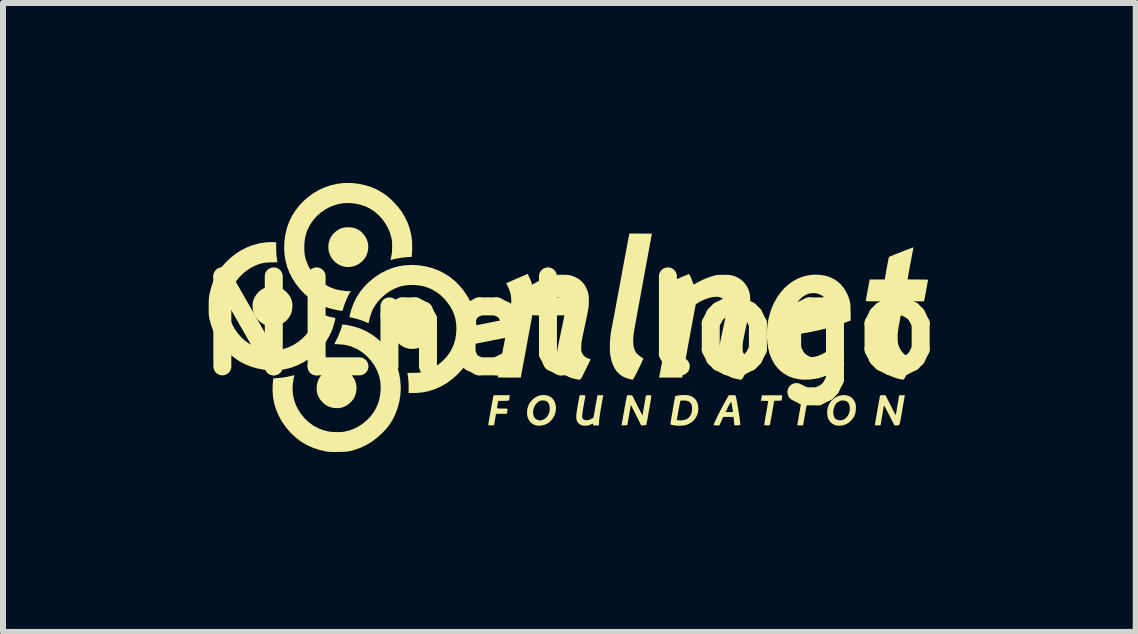
<source format=kicad_pcb>
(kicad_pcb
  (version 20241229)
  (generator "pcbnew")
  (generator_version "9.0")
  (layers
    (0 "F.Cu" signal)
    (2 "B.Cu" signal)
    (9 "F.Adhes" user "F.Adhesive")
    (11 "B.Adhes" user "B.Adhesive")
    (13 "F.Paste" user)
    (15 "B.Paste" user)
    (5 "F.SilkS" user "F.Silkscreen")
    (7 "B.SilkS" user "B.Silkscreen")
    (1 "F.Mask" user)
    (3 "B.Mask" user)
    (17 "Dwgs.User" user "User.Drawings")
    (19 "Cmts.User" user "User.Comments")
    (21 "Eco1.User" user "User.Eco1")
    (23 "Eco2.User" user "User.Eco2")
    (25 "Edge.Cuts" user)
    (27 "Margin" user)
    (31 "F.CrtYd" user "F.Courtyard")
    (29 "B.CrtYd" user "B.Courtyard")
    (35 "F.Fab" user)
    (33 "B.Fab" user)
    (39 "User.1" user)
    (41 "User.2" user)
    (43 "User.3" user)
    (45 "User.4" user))
  (footprint "NLnet logo"
    (layer "F.Cu")
    (at 6.443 2.38)
    (property "Reference" "NLnet logo" (at 0 0 0) (layer "F.SilkS") (effects (font (size 1.5 1.5) (thickness 0.3))))
    (attr exclude_from_pos_files exclude_from_bom)
    (fp_poly (pts (xy -2.559 -0.273) (xy -2.502 -0.258) (xy -2.451 -0.234) (xy -2.403 -0.199) (xy -2.379 -0.175) (xy -2.339 -0.126) (xy -2.31 -0.075) (xy -2.292 -0.02) (xy -2.284 0.037) (xy -2.284 0.052) (xy -2.29 0.116) (xy -2.306 0.175) (xy -2.333 0.229) (xy -2.369 0.277) (xy -2.416 0.319) (xy -2.433 0.331) (xy -2.489 0.362) (xy -2.547 0.381) (xy -2.607 0.388) (xy -2.669 0.385) (xy -2.729 0.37) (xy -2.784 0.344) (xy -2.833 0.31) (xy -2.876 0.266) (xy -2.911 0.215) (xy -2.917 0.203) (xy -2.939 0.148) (xy -2.95 0.09) (xy -2.95 0.032) (xy -2.941 -0.026) (xy -2.922 -0.081) (xy -2.894 -0.132) (xy -2.857 -0.176) (xy -2.808 -0.217) (xy -2.759 -0.248) (xy -2.706 -0.267) (xy -2.65 -0.276) (xy -2.622 -0.277)) (stroke (width 0) (type solid)) (fill yes) (layer "F.SilkS"))
    (fp_poly (pts (xy -3.644 -1.64) (xy -3.587 -1.629) (xy -3.535 -1.609) (xy -3.488 -1.58) (xy -3.445 -1.54) (xy -3.405 -1.489) (xy -3.376 -1.435) (xy -3.359 -1.378) (xy -3.352 -1.319) (xy -3.357 -1.258) (xy -3.371 -1.203) (xy -3.391 -1.156) (xy -3.417 -1.114) (xy -3.451 -1.076) (xy -3.499 -1.037) (xy -3.552 -1.007) (xy -3.609 -0.987) (xy -3.667 -0.978) (xy -3.726 -0.979) (xy -3.738 -0.981) (xy -3.796 -0.995) (xy -3.849 -1.02) (xy -3.897 -1.053) (xy -3.939 -1.094) (xy -3.973 -1.142) (xy -3.998 -1.194) (xy -4.014 -1.251) (xy -4.019 -1.307) (xy -4.014 -1.371) (xy -3.999 -1.43) (xy -3.973 -1.483) (xy -3.938 -1.531) (xy -3.891 -1.573) (xy -3.885 -1.578) (xy -3.844 -1.605) (xy -3.805 -1.624) (xy -3.763 -1.635) (xy -3.715 -1.641) (xy -3.708 -1.641)) (stroke (width 0) (type solid)) (fill yes) (layer "F.SilkS"))
    (fp_poly (pts (xy 3.958 1.159) (xy 3.972 1.16) (xy 3.979 1.163) (xy 3.981 1.168) (xy 3.981 1.169) (xy 3.98 1.177) (xy 3.978 1.195) (xy 3.973 1.222) (xy 3.967 1.257) (xy 3.96 1.298) (xy 3.952 1.345) (xy 3.943 1.395) (xy 3.939 1.421) (xy 3.897 1.663) (xy 3.848 1.663) (xy 3.826 1.662) (xy 3.809 1.661) (xy 3.8 1.659) (xy 3.799 1.659) (xy 3.8 1.652) (xy 3.803 1.636) (xy 3.808 1.611) (xy 3.813 1.578) (xy 3.82 1.541) (xy 3.827 1.499) (xy 3.835 1.454) (xy 3.843 1.408) (xy 3.851 1.362) (xy 3.859 1.319) (xy 3.866 1.278) (xy 3.873 1.242) (xy 3.878 1.212) (xy 3.882 1.19) (xy 3.885 1.177) (xy 3.885 1.175) (xy 3.887 1.167) (xy 3.891 1.162) (xy 3.899 1.16) (xy 3.915 1.159) (xy 3.935 1.159)) (stroke (width 0) (type solid)) (fill yes) (layer "F.SilkS"))
    (fp_poly (pts (xy -4.91 -0.655) (xy -4.852 -0.643) (xy -4.798 -0.621) (xy -4.747 -0.588) (xy -4.716 -0.559) (xy -4.675 -0.513) (xy -4.646 -0.466) (xy -4.627 -0.416) (xy -4.618 -0.361) (xy -4.618 -0.307) (xy -4.626 -0.245) (xy -4.644 -0.19) (xy -4.671 -0.14) (xy -4.71 -0.094) (xy -4.725 -0.079) (xy -4.775 -0.041) (xy -4.83 -0.013) (xy -4.888 0.003) (xy -4.948 0.009) (xy -5.01 0.004) (xy -5.038 -0.002) (xy -5.092 -0.022) (xy -5.141 -0.052) (xy -5.186 -0.091) (xy -5.224 -0.137) (xy -5.254 -0.189) (xy -5.268 -0.223) (xy -5.276 -0.257) (xy -5.281 -0.297) (xy -5.282 -0.339) (xy -5.279 -0.379) (xy -5.273 -0.412) (xy -5.272 -0.416) (xy -5.247 -0.475) (xy -5.214 -0.527) (xy -5.173 -0.572) (xy -5.133 -0.601) (xy -5.087 -0.628) (xy -5.043 -0.645) (xy -4.996 -0.655) (xy -4.974 -0.656)) (stroke (width 0) (type solid)) (fill yes) (layer "F.SilkS"))
    (fp_poly (pts (xy -3.847 0.71) (xy -3.787 0.722) (xy -3.729 0.744) (xy -3.706 0.756) (xy -3.667 0.785) (xy -3.63 0.823) (xy -3.598 0.868) (xy -3.572 0.917) (xy -3.559 0.955) (xy -3.55 1.005) (xy -3.549 1.06) (xy -3.557 1.115) (xy -3.573 1.169) (xy -3.593 1.211) (xy -3.622 1.252) (xy -3.66 1.291) (xy -3.705 1.324) (xy -3.753 1.35) (xy -3.799 1.367) (xy -3.837 1.373) (xy -3.881 1.375) (xy -3.926 1.372) (xy -3.96 1.366) (xy -4.014 1.349) (xy -4.064 1.321) (xy -4.11 1.284) (xy -4.149 1.239) (xy -4.181 1.188) (xy -4.201 1.141) (xy -4.212 1.094) (xy -4.214 1.041) (xy -4.209 0.988) (xy -4.197 0.935) (xy -4.178 0.887) (xy -4.165 0.866) (xy -4.14 0.833) (xy -4.108 0.8) (xy -4.071 0.77) (xy -4.035 0.746) (xy -4.023 0.74) (xy -3.967 0.719) (xy -3.907 0.709)) (stroke (width 0) (type solid)) (fill yes) (layer "F.SilkS"))
    (fp_poly (pts (xy 3.49 1.16) (xy 3.517 1.16) (xy 3.536 1.16) (xy 3.545 1.161) (xy 3.545 1.161) (xy 3.548 1.166) (xy 3.548 1.18) (xy 3.545 1.203) (xy 3.545 1.206) (xy 3.538 1.249) (xy 3.477 1.251) (xy 3.415 1.253) (xy 3.381 1.45) (xy 3.373 1.497) (xy 3.365 1.541) (xy 3.358 1.579) (xy 3.352 1.611) (xy 3.348 1.635) (xy 3.345 1.651) (xy 3.344 1.655) (xy 3.337 1.66) (xy 3.32 1.662) (xy 3.295 1.663) (xy 3.271 1.662) (xy 3.258 1.661) (xy 3.251 1.658) (xy 3.249 1.654) (xy 3.249 1.652) (xy 3.25 1.644) (xy 3.253 1.626) (xy 3.257 1.599) (xy 3.263 1.565) (xy 3.269 1.525) (xy 3.277 1.481) (xy 3.283 1.449) (xy 3.316 1.255) (xy 3.256 1.254) (xy 3.195 1.252) (xy 3.199 1.227) (xy 3.202 1.206) (xy 3.206 1.185) (xy 3.207 1.182) (xy 3.211 1.162) (xy 3.375 1.16) (xy 3.418 1.16) (xy 3.457 1.16)) (stroke (width 0) (type solid)) (fill yes) (layer "F.SilkS"))
    (fp_poly (pts (xy -0.997 1.192) (xy -0.999 1.215) (xy -1.002 1.231) (xy -1.006 1.242) (xy -1.014 1.248) (xy -1.027 1.251) (xy -1.047 1.253) (xy -1.077 1.253) (xy -1.096 1.254) (xy -1.185 1.255) (xy -1.195 1.308) (xy -1.2 1.336) (xy -1.204 1.356) (xy -1.204 1.369) (xy -1.198 1.377) (xy -1.186 1.38) (xy -1.166 1.382) (xy -1.137 1.381) (xy -1.118 1.381) (xy -1.083 1.381) (xy -1.058 1.382) (xy -1.042 1.384) (xy -1.033 1.388) (xy -1.03 1.396) (xy -1.031 1.409) (xy -1.035 1.427) (xy -1.036 1.436) (xy -1.043 1.469) (xy -1.223 1.469) (xy -1.226 1.488) (xy -1.229 1.501) (xy -1.232 1.523) (xy -1.237 1.55) (xy -1.242 1.58) (xy -1.243 1.584) (xy -1.256 1.66) (xy -1.304 1.661) (xy -1.328 1.662) (xy -1.342 1.661) (xy -1.35 1.659) (xy -1.352 1.655) (xy -1.352 1.653) (xy -1.351 1.645) (xy -1.348 1.627) (xy -1.344 1.601) (xy -1.338 1.568) (xy -1.331 1.529) (xy -1.324 1.486) (xy -1.316 1.441) (xy -1.308 1.395) (xy -1.3 1.349) (xy -1.292 1.305) (xy -1.285 1.265) (xy -1.278 1.23) (xy -1.273 1.201) (xy -1.269 1.181) (xy -1.267 1.17) (xy -1.266 1.169) (xy -1.265 1.166) (xy -1.26 1.163) (xy -1.252 1.161) (xy -1.239 1.16) (xy -1.219 1.159) (xy -1.192 1.159) (xy -1.154 1.159) (xy -1.128 1.159) (xy -0.993 1.159)) (stroke (width 0) (type solid)) (fill yes) (layer "F.SilkS"))
    (fp_poly (pts (xy -0.392 1.159) (xy -0.345 1.172) (xy -0.305 1.193) (xy -0.273 1.224) (xy -0.248 1.263) (xy -0.231 1.311) (xy -0.225 1.343) (xy -0.224 1.396) (xy -0.233 1.449) (xy -0.251 1.501) (xy -0.278 1.549) (xy -0.314 1.591) (xy -0.356 1.625) (xy -0.36 1.627) (xy -0.4 1.648) (xy -0.444 1.661) (xy -0.49 1.668) (xy -0.534 1.667) (xy -0.564 1.66) (xy -0.609 1.641) (xy -0.646 1.612) (xy -0.674 1.576) (xy -0.694 1.533) (xy -0.705 1.482) (xy -0.706 1.464) (xy -0.706 1.456) (xy -0.605 1.456) (xy -0.604 1.472) (xy -0.594 1.51) (xy -0.576 1.54) (xy -0.549 1.562) (xy -0.514 1.576) (xy -0.496 1.58) (xy -0.488 1.579) (xy -0.473 1.577) (xy -0.462 1.575) (xy -0.424 1.562) (xy -0.392 1.539) (xy -0.365 1.508) (xy -0.344 1.47) (xy -0.331 1.426) (xy -0.327 1.378) (xy -0.327 1.376) (xy -0.331 1.338) (xy -0.342 1.304) (xy -0.36 1.277) (xy -0.374 1.264) (xy -0.397 1.253) (xy -0.427 1.247) (xy -0.459 1.247) (xy -0.489 1.253) (xy -0.493 1.255) (xy -0.525 1.273) (xy -0.552 1.3) (xy -0.575 1.334) (xy -0.593 1.373) (xy -0.603 1.414) (xy -0.605 1.456) (xy -0.706 1.456) (xy -0.704 1.408) (xy -0.692 1.355) (xy -0.672 1.306) (xy -0.643 1.263) (xy -0.608 1.225) (xy -0.568 1.195) (xy -0.522 1.172) (xy -0.473 1.159) (xy -0.421 1.156)) (stroke (width 0) (type solid)) (fill yes) (layer "F.SilkS"))
    (fp_poly (pts (xy 1.355 1.16) (xy 1.364 1.161) (xy 1.365 1.165) (xy 1.365 1.178) (xy 1.363 1.198) (xy 1.358 1.228) (xy 1.352 1.267) (xy 1.344 1.317) (xy 1.334 1.377) (xy 1.328 1.408) (xy 1.319 1.46) (xy 1.311 1.508) (xy 1.303 1.552) (xy 1.296 1.589) (xy 1.29 1.62) (xy 1.286 1.641) (xy 1.283 1.653) (xy 1.283 1.655) (xy 1.276 1.657) (xy 1.26 1.659) (xy 1.24 1.661) (xy 1.239 1.661) (xy 1.198 1.664) (xy 1.112 1.492) (xy 1.025 1.32) (xy 1.012 1.399) (xy 1.005 1.435) (xy 0.998 1.478) (xy 0.99 1.523) (xy 0.983 1.564) (xy 0.982 1.569) (xy 0.966 1.66) (xy 0.917 1.661) (xy 0.868 1.663) (xy 0.872 1.647) (xy 0.873 1.638) (xy 0.877 1.618) (xy 0.882 1.59) (xy 0.889 1.554) (xy 0.896 1.512) (xy 0.904 1.465) (xy 0.914 1.415) (xy 0.916 1.399) (xy 0.925 1.348) (xy 0.934 1.301) (xy 0.942 1.259) (xy 0.949 1.223) (xy 0.955 1.194) (xy 0.959 1.174) (xy 0.962 1.164) (xy 0.962 1.163) (xy 0.97 1.161) (xy 0.986 1.16) (xy 1.007 1.16) (xy 1.007 1.16) (xy 1.048 1.162) (xy 1.134 1.332) (xy 1.22 1.501) (xy 1.224 1.472) (xy 1.226 1.458) (xy 1.23 1.435) (xy 1.235 1.403) (xy 1.241 1.367) (xy 1.248 1.327) (xy 1.252 1.302) (xy 1.277 1.162) (xy 1.317 1.16) (xy 1.338 1.159)) (stroke (width 0) (type solid)) (fill yes) (layer "F.SilkS"))
    (fp_poly (pts (xy 2.737 1.159) (xy 2.756 1.161) (xy 2.768 1.163) (xy 2.77 1.164) (xy 2.774 1.174) (xy 2.779 1.194) (xy 2.785 1.223) (xy 2.792 1.258) (xy 2.8 1.299) (xy 2.808 1.344) (xy 2.815 1.39) (xy 2.823 1.437) (xy 2.83 1.483) (xy 2.836 1.527) (xy 2.842 1.566) (xy 2.845 1.599) (xy 2.847 1.613) (xy 2.851 1.655) (xy 2.832 1.659) (xy 2.815 1.661) (xy 2.793 1.662) (xy 2.783 1.663) (xy 2.752 1.663) (xy 2.748 1.629) (xy 2.746 1.603) (xy 2.743 1.574) (xy 2.741 1.559) (xy 2.737 1.522) (xy 2.565 1.522) (xy 2.502 1.663) (xy 2.453 1.663) (xy 2.431 1.662) (xy 2.414 1.66) (xy 2.405 1.658) (xy 2.405 1.657) (xy 2.407 1.648) (xy 2.414 1.629) (xy 2.426 1.603) (xy 2.44 1.571) (xy 2.458 1.534) (xy 2.477 1.493) (xy 2.491 1.466) (xy 2.504 1.44) (xy 2.604 1.44) (xy 2.728 1.44) (xy 2.724 1.415) (xy 2.717 1.367) (xy 2.71 1.329) (xy 2.705 1.302) (xy 2.701 1.284) (xy 2.699 1.275) (xy 2.698 1.274) (xy 2.693 1.276) (xy 2.683 1.289) (xy 2.669 1.313) (xy 2.651 1.346) (xy 2.629 1.39) (xy 2.628 1.392) (xy 2.604 1.44) (xy 2.504 1.44) (xy 2.509 1.43) (xy 2.528 1.394) (xy 2.547 1.358) (xy 2.568 1.319) (xy 2.592 1.275) (xy 2.621 1.224) (xy 2.639 1.192) (xy 2.658 1.159) (xy 2.712 1.159)) (stroke (width 0) (type solid)) (fill yes) (layer "F.SilkS"))
    (fp_poly (pts (xy 4.624 1.162) (xy 4.668 1.176) (xy 4.706 1.199) (xy 4.736 1.231) (xy 4.758 1.267) (xy 4.766 1.286) (xy 4.772 1.303) (xy 4.775 1.322) (xy 4.777 1.348) (xy 4.777 1.361) (xy 4.775 1.42) (xy 4.765 1.472) (xy 4.744 1.519) (xy 4.714 1.563) (xy 4.697 1.582) (xy 4.654 1.62) (xy 4.606 1.647) (xy 4.555 1.663) (xy 4.501 1.668) (xy 4.5 1.668) (xy 4.474 1.666) (xy 4.448 1.662) (xy 4.431 1.658) (xy 4.388 1.637) (xy 4.353 1.608) (xy 4.326 1.571) (xy 4.308 1.526) (xy 4.299 1.475) (xy 4.298 1.46) (xy 4.4 1.46) (xy 4.406 1.498) (xy 4.419 1.53) (xy 4.437 1.553) (xy 4.461 1.567) (xy 4.491 1.575) (xy 4.524 1.577) (xy 4.557 1.571) (xy 4.579 1.563) (xy 4.605 1.545) (xy 4.63 1.519) (xy 4.65 1.488) (xy 4.661 1.466) (xy 4.671 1.431) (xy 4.676 1.393) (xy 4.675 1.355) (xy 4.669 1.322) (xy 4.663 1.305) (xy 4.643 1.277) (xy 4.617 1.258) (xy 4.584 1.248) (xy 4.562 1.247) (xy 4.537 1.248) (xy 4.517 1.252) (xy 4.498 1.261) (xy 4.494 1.264) (xy 4.467 1.281) (xy 4.447 1.3) (xy 4.431 1.325) (xy 4.425 1.337) (xy 4.409 1.378) (xy 4.401 1.42) (xy 4.4 1.46) (xy 4.298 1.46) (xy 4.298 1.449) (xy 4.303 1.391) (xy 4.318 1.338) (xy 4.341 1.289) (xy 4.373 1.247) (xy 4.412 1.211) (xy 4.456 1.184) (xy 4.505 1.166) (xy 4.559 1.158) (xy 4.573 1.157)) (stroke (width 0) (type solid)) (fill yes) (layer "F.SilkS"))
    (fp_poly (pts (xy 1.971 1.159) (xy 2.011 1.168) (xy 2.039 1.179) (xy 2.078 1.205) (xy 2.109 1.238) (xy 2.132 1.279) (xy 2.146 1.328) (xy 2.147 1.337) (xy 2.151 1.396) (xy 2.143 1.451) (xy 2.125 1.503) (xy 2.098 1.55) (xy 2.062 1.59) (xy 2.018 1.624) (xy 1.966 1.649) (xy 1.933 1.659) (xy 1.91 1.663) (xy 1.879 1.666) (xy 1.844 1.668) (xy 1.808 1.668) (xy 1.776 1.666) (xy 1.763 1.664) (xy 1.727 1.659) (xy 1.702 1.653) (xy 1.687 1.646) (xy 1.684 1.64) (xy 1.685 1.633) (xy 1.687 1.615) (xy 1.692 1.589) (xy 1.695 1.572) (xy 1.791 1.572) (xy 1.812 1.575) (xy 1.844 1.579) (xy 1.872 1.579) (xy 1.904 1.574) (xy 1.927 1.569) (xy 1.949 1.561) (xy 1.96 1.557) (xy 1.989 1.536) (xy 2.013 1.505) (xy 2.032 1.468) (xy 2.043 1.425) (xy 2.047 1.38) (xy 2.043 1.337) (xy 2.03 1.303) (xy 2.009 1.277) (xy 1.98 1.259) (xy 1.962 1.253) (xy 1.944 1.25) (xy 1.922 1.248) (xy 1.898 1.247) (xy 1.876 1.247) (xy 1.859 1.249) (xy 1.851 1.252) (xy 1.851 1.253) (xy 1.849 1.26) (xy 1.845 1.277) (xy 1.84 1.303) (xy 1.834 1.335) (xy 1.827 1.373) (xy 1.819 1.414) (xy 1.819 1.415) (xy 1.791 1.572) (xy 1.695 1.572) (xy 1.697 1.557) (xy 1.704 1.518) (xy 1.711 1.477) (xy 1.719 1.432) (xy 1.726 1.387) (xy 1.734 1.343) (xy 1.741 1.302) (xy 1.748 1.264) (xy 1.754 1.231) (xy 1.759 1.206) (xy 1.762 1.189) (xy 1.763 1.184) (xy 1.766 1.177) (xy 1.774 1.172) (xy 1.79 1.168) (xy 1.805 1.165) (xy 1.869 1.158) (xy 1.924 1.156)) (stroke (width 0) (type solid)) (fill yes) (layer "F.SilkS"))
    (fp_poly (pts (xy 5.357 1.33) (xy 5.381 1.377) (xy 5.4 1.415) (xy 5.415 1.444) (xy 5.427 1.465) (xy 5.435 1.479) (xy 5.44 1.486) (xy 5.444 1.487) (xy 5.445 1.484) (xy 5.446 1.474) (xy 5.449 1.454) (xy 5.454 1.427) (xy 5.459 1.395) (xy 5.465 1.358) (xy 5.471 1.321) (xy 5.478 1.283) (xy 5.484 1.248) (xy 5.489 1.217) (xy 5.493 1.193) (xy 5.496 1.177) (xy 5.497 1.175) (xy 5.499 1.167) (xy 5.503 1.162) (xy 5.511 1.16) (xy 5.526 1.159) (xy 5.547 1.159) (xy 5.594 1.159) (xy 5.591 1.175) (xy 5.589 1.184) (xy 5.586 1.203) (xy 5.581 1.232) (xy 5.575 1.267) (xy 5.567 1.309) (xy 5.559 1.356) (xy 5.55 1.407) (xy 5.548 1.422) (xy 5.538 1.481) (xy 5.529 1.529) (xy 5.522 1.568) (xy 5.516 1.599) (xy 5.51 1.622) (xy 5.505 1.639) (xy 5.499 1.651) (xy 5.493 1.658) (xy 5.485 1.661) (xy 5.476 1.663) (xy 5.465 1.663) (xy 5.451 1.663) (xy 5.45 1.663) (xy 5.419 1.663) (xy 5.406 1.635) (xy 5.4 1.622) (xy 5.389 1.601) (xy 5.374 1.573) (xy 5.357 1.539) (xy 5.338 1.502) (xy 5.318 1.463) (xy 5.296 1.421) (xy 5.279 1.388) (xy 5.266 1.364) (xy 5.257 1.348) (xy 5.25 1.338) (xy 5.246 1.334) (xy 5.243 1.335) (xy 5.242 1.339) (xy 5.242 1.34) (xy 5.241 1.352) (xy 5.237 1.373) (xy 5.233 1.402) (xy 5.227 1.437) (xy 5.22 1.476) (xy 5.214 1.508) (xy 5.207 1.548) (xy 5.201 1.584) (xy 5.196 1.615) (xy 5.192 1.639) (xy 5.189 1.654) (xy 5.188 1.659) (xy 5.183 1.661) (xy 5.169 1.662) (xy 5.148 1.663) (xy 5.141 1.663) (xy 5.118 1.662) (xy 5.104 1.661) (xy 5.097 1.659) (xy 5.095 1.654) (xy 5.095 1.649) (xy 5.096 1.641) (xy 5.099 1.622) (xy 5.104 1.595) (xy 5.11 1.559) (xy 5.117 1.518) (xy 5.125 1.471) (xy 5.134 1.42) (xy 5.138 1.399) (xy 5.18 1.162) (xy 5.27 1.158)) (stroke (width 0) (type solid)) (fill yes) (layer "F.SilkS"))
    (fp_poly (pts (xy 0.539 1.159) (xy 0.556 1.159) (xy 0.564 1.16) (xy 0.564 1.16) (xy 0.563 1.166) (xy 0.561 1.182) (xy 0.556 1.207) (xy 0.551 1.239) (xy 0.544 1.278) (xy 0.536 1.32) (xy 0.532 1.346) (xy 0.522 1.401) (xy 0.514 1.453) (xy 0.507 1.501) (xy 0.501 1.542) (xy 0.497 1.576) (xy 0.496 1.597) (xy 0.492 1.663) (xy 0.465 1.663) (xy 0.443 1.663) (xy 0.423 1.665) (xy 0.419 1.666) (xy 0.406 1.668) (xy 0.401 1.664) (xy 0.4 1.658) (xy 0.399 1.643) (xy 0.395 1.635) (xy 0.385 1.635) (xy 0.369 1.641) (xy 0.358 1.647) (xy 0.335 1.657) (xy 0.314 1.663) (xy 0.29 1.666) (xy 0.274 1.667) (xy 0.25 1.667) (xy 0.229 1.666) (xy 0.214 1.664) (xy 0.213 1.663) (xy 0.175 1.646) (xy 0.146 1.622) (xy 0.127 1.59) (xy 0.116 1.551) (xy 0.115 1.504) (xy 0.115 1.496) (xy 0.117 1.479) (xy 0.12 1.453) (xy 0.125 1.42) (xy 0.131 1.382) (xy 0.138 1.341) (xy 0.145 1.299) (xy 0.152 1.26) (xy 0.159 1.224) (xy 0.164 1.194) (xy 0.169 1.172) (xy 0.169 1.172) (xy 0.171 1.165) (xy 0.176 1.161) (xy 0.187 1.159) (xy 0.205 1.159) (xy 0.219 1.159) (xy 0.242 1.159) (xy 0.256 1.16) (xy 0.263 1.163) (xy 0.265 1.167) (xy 0.265 1.171) (xy 0.264 1.18) (xy 0.262 1.198) (xy 0.257 1.225) (xy 0.251 1.259) (xy 0.245 1.296) (xy 0.239 1.327) (xy 0.229 1.383) (xy 0.222 1.428) (xy 0.217 1.464) (xy 0.214 1.492) (xy 0.213 1.514) (xy 0.215 1.53) (xy 0.219 1.543) (xy 0.224 1.552) (xy 0.226 1.554) (xy 0.246 1.569) (xy 0.273 1.576) (xy 0.303 1.576) (xy 0.336 1.569) (xy 0.367 1.554) (xy 0.375 1.549) (xy 0.402 1.531) (xy 0.434 1.352) (xy 0.441 1.307) (xy 0.449 1.267) (xy 0.455 1.231) (xy 0.461 1.201) (xy 0.465 1.18) (xy 0.467 1.168) (xy 0.468 1.166) (xy 0.474 1.162) (xy 0.491 1.159) (xy 0.517 1.159)) (stroke (width 0) (type solid)) (fill yes) (layer "F.SilkS"))
    (fp_poly (pts (xy 1.12 -1.536) (xy 1.163 -1.536) (xy 1.189 -1.536) (xy 1.376 -1.534) (xy 1.237 -0.778) (xy 1.22 -0.684) (xy 1.203 -0.592) (xy 1.187 -0.503) (xy 1.171 -0.417) (xy 1.156 -0.336) (xy 1.142 -0.26) (xy 1.129 -0.19) (xy 1.118 -0.126) (xy 1.108 -0.07) (xy 1.099 -0.023) (xy 1.092 0.016) (xy 1.087 0.044) (xy 1.084 0.062) (xy 1.083 0.064) (xy 1.071 0.146) (xy 1.065 0.219) (xy 1.065 0.282) (xy 1.07 0.338) (xy 1.082 0.386) (xy 1.099 0.428) (xy 1.118 0.457) (xy 1.131 0.471) (xy 1.15 0.487) (xy 1.172 0.505) (xy 1.195 0.522) (xy 1.216 0.536) (xy 1.231 0.544) (xy 1.232 0.544) (xy 1.232 0.55) (xy 1.227 0.564) (xy 1.217 0.586) (xy 1.205 0.614) (xy 1.19 0.647) (xy 1.173 0.682) (xy 1.155 0.72) (xy 1.136 0.757) (xy 1.118 0.793) (xy 1.101 0.826) (xy 1.086 0.854) (xy 1.073 0.877) (xy 1.063 0.893) (xy 1.058 0.9) (xy 1.057 0.9) (xy 1.047 0.899) (xy 1.029 0.896) (xy 1.013 0.892) (xy 0.946 0.873) (xy 0.887 0.845) (xy 0.836 0.809) (xy 0.791 0.765) (xy 0.754 0.711) (xy 0.724 0.649) (xy 0.7 0.577) (xy 0.684 0.502) (xy 0.678 0.455) (xy 0.675 0.4) (xy 0.675 0.338) (xy 0.676 0.274) (xy 0.681 0.211) (xy 0.687 0.15) (xy 0.696 0.094) (xy 0.7 0.074) (xy 0.702 0.066) (xy 0.705 0.046) (xy 0.711 0.016) (xy 0.718 -0.023) (xy 0.727 -0.071) (xy 0.738 -0.128) (xy 0.75 -0.191) (xy 0.763 -0.261) (xy 0.777 -0.338) (xy 0.792 -0.419) (xy 0.808 -0.506) (xy 0.825 -0.596) (xy 0.842 -0.689) (xy 0.852 -0.743) (xy 0.869 -0.837) (xy 0.886 -0.928) (xy 0.902 -1.016) (xy 0.918 -1.099) (xy 0.932 -1.177) (xy 0.946 -1.249) (xy 0.958 -1.314) (xy 0.969 -1.372) (xy 0.978 -1.423) (xy 0.986 -1.465) (xy 0.993 -1.498) (xy 0.997 -1.521) (xy 0.999 -1.533) (xy 1 -1.535) (xy 1.006 -1.536) (xy 1.023 -1.536) (xy 1.048 -1.536) (xy 1.081 -1.536)) (stroke (width 0) (type solid)) (fill yes) (layer "F.SilkS"))
    (fp_poly (pts (xy -2.51 -1.007) (xy -2.398 -0.989) (xy -2.289 -0.961) (xy -2.185 -0.922) (xy -2.087 -0.873) (xy -1.996 -0.815) (xy -1.911 -0.747) (xy -1.832 -0.669) (xy -1.761 -0.582) (xy -1.697 -0.487) (xy -1.69 -0.475) (xy -1.639 -0.377) (xy -1.599 -0.276) (xy -1.571 -0.172) (xy -1.554 -0.065) (xy -1.548 0.045) (xy -1.554 0.157) (xy -1.566 0.247) (xy -1.59 0.354) (xy -1.623 0.454) (xy -1.666 0.548) (xy -1.718 0.637) (xy -1.781 0.722) (xy -1.855 0.802) (xy -1.873 0.82) (xy -1.96 0.896) (xy -2.051 0.962) (xy -2.146 1.016) (xy -2.245 1.059) (xy -2.347 1.092) (xy -2.453 1.113) (xy -2.561 1.123) (xy -2.601 1.123) (xy -2.68 1.123) (xy -2.68 1.019) (xy -2.681 0.966) (xy -2.684 0.917) (xy -2.688 0.874) (xy -2.69 0.854) (xy -2.694 0.829) (xy -2.698 0.808) (xy -2.7 0.794) (xy -2.7 0.79) (xy -2.694 0.789) (xy -2.679 0.788) (xy -2.656 0.787) (xy -2.627 0.786) (xy -2.605 0.786) (xy -2.56 0.786) (xy -2.523 0.784) (xy -2.491 0.78) (xy -2.46 0.775) (xy -2.427 0.766) (xy -2.392 0.756) (xy -2.314 0.725) (xy -2.238 0.684) (xy -2.166 0.634) (xy -2.1 0.576) (xy -2.041 0.511) (xy -1.99 0.441) (xy -1.957 0.382) (xy -1.925 0.305) (xy -1.902 0.223) (xy -1.888 0.136) (xy -1.883 0.049) (xy -1.888 -0.038) (xy -1.902 -0.122) (xy -1.916 -0.172) (xy -1.945 -0.245) (xy -1.985 -0.318) (xy -2.033 -0.387) (xy -2.088 -0.452) (xy -2.149 -0.51) (xy -2.215 -0.56) (xy -2.283 -0.6) (xy -2.287 -0.602) (xy -2.354 -0.632) (xy -2.419 -0.654) (xy -2.487 -0.668) (xy -2.559 -0.676) (xy -2.624 -0.678) (xy -2.69 -0.676) (xy -2.748 -0.67) (xy -2.802 -0.658) (xy -2.857 -0.641) (xy -2.915 -0.617) (xy -2.927 -0.611) (xy -2.995 -0.574) (xy -3.061 -0.528) (xy -3.123 -0.475) (xy -3.18 -0.416) (xy -3.228 -0.354) (xy -3.268 -0.29) (xy -3.271 -0.283) (xy -3.294 -0.233) (xy -3.314 -0.177) (xy -3.33 -0.12) (xy -3.336 -0.094) (xy -3.341 -0.071) (xy -3.346 -0.054) (xy -3.35 -0.044) (xy -3.351 -0.043) (xy -3.358 -0.045) (xy -3.372 -0.051) (xy -3.389 -0.058) (xy -3.432 -0.076) (xy -3.479 -0.093) (xy -3.528 -0.108) (xy -3.575 -0.121) (xy -3.617 -0.131) (xy -3.634 -0.134) (xy -3.651 -0.137) (xy -3.662 -0.141) (xy -3.664 -0.143) (xy -3.664 -0.151) (xy -3.662 -0.168) (xy -3.657 -0.192) (xy -3.65 -0.221) (xy -3.641 -0.251) (xy -3.635 -0.271) (xy -3.597 -0.374) (xy -3.55 -0.47) (xy -3.492 -0.56) (xy -3.425 -0.644) (xy -3.348 -0.723) (xy -3.26 -0.796) (xy -3.233 -0.816) (xy -3.14 -0.877) (xy -3.043 -0.926) (xy -2.942 -0.965) (xy -2.837 -0.992) (xy -2.73 -1.008) (xy -2.621 -1.013)) (stroke (width 0) (type solid)) (fill yes) (layer "F.SilkS"))
    (fp_poly (pts (xy -3.537 -2.369) (xy -3.506 -2.364) (xy -3.398 -2.341) (xy -3.298 -2.309) (xy -3.204 -2.267) (xy -3.115 -2.216) (xy -3.031 -2.156) (xy -2.951 -2.084) (xy -2.947 -2.08) (xy -2.868 -1.995) (xy -2.799 -1.906) (xy -2.742 -1.812) (xy -2.695 -1.714) (xy -2.66 -1.613) (xy -2.635 -1.508) (xy -2.622 -1.4) (xy -2.62 -1.289) (xy -2.62 -1.279) (xy -2.622 -1.246) (xy -2.623 -1.215) (xy -2.625 -1.19) (xy -2.627 -1.172) (xy -2.627 -1.167) (xy -2.631 -1.146) (xy -2.702 -1.143) (xy -2.811 -1.132) (xy -2.915 -1.111) (xy -2.932 -1.107) (xy -2.954 -1.101) (xy -2.971 -1.097) (xy -2.98 -1.096) (xy -2.981 -1.096) (xy -2.98 -1.102) (xy -2.977 -1.118) (xy -2.972 -1.14) (xy -2.969 -1.158) (xy -2.961 -1.201) (xy -2.957 -1.252) (xy -2.955 -1.305) (xy -2.955 -1.358) (xy -2.958 -1.408) (xy -2.964 -1.451) (xy -2.966 -1.461) (xy -2.991 -1.549) (xy -3.027 -1.634) (xy -3.074 -1.714) (xy -3.131 -1.79) (xy -3.18 -1.842) (xy -3.247 -1.901) (xy -3.32 -1.95) (xy -3.399 -1.988) (xy -3.484 -2.017) (xy -3.575 -2.036) (xy -3.665 -2.045) (xy -3.752 -2.043) (xy -3.837 -2.031) (xy -3.92 -2.008) (xy -4 -1.976) (xy -4.076 -1.934) (xy -4.147 -1.884) (xy -4.211 -1.827) (xy -4.269 -1.762) (xy -4.318 -1.691) (xy -4.358 -1.614) (xy -4.376 -1.571) (xy -4.394 -1.514) (xy -4.407 -1.459) (xy -4.415 -1.402) (xy -4.419 -1.339) (xy -4.419 -1.297) (xy -4.418 -1.247) (xy -4.415 -1.205) (xy -4.41 -1.167) (xy -4.401 -1.13) (xy -4.389 -1.088) (xy -4.385 -1.077) (xy -4.353 -0.998) (xy -4.311 -0.924) (xy -4.26 -0.853) (xy -4.202 -0.789) (xy -4.137 -0.731) (xy -4.067 -0.682) (xy -3.993 -0.642) (xy -3.948 -0.624) (xy -3.881 -0.603) (xy -3.81 -0.588) (xy -3.741 -0.579) (xy -3.689 -0.576) (xy -3.644 -0.576) (xy -3.665 -0.541) (xy -3.687 -0.5) (xy -3.709 -0.453) (xy -3.73 -0.403) (xy -3.749 -0.353) (xy -3.765 -0.308) (xy -3.772 -0.279) (xy -3.777 -0.261) (xy -3.782 -0.252) (xy -3.789 -0.249) (xy -3.798 -0.249) (xy -3.817 -0.25) (xy -3.831 -0.252) (xy -3.93 -0.272) (xy -4.02 -0.296) (xy -4.102 -0.325) (xy -4.177 -0.36) (xy -4.249 -0.4) (xy -4.263 -0.41) (xy -4.345 -0.469) (xy -4.423 -0.538) (xy -4.496 -0.616) (xy -4.562 -0.7) (xy -4.619 -0.788) (xy -4.62 -0.79) (xy -4.668 -0.884) (xy -4.706 -0.983) (xy -4.733 -1.086) (xy -4.75 -1.191) (xy -4.756 -1.299) (xy -4.751 -1.408) (xy -4.736 -1.518) (xy -4.71 -1.626) (xy -4.702 -1.652) (xy -4.666 -1.747) (xy -4.619 -1.84) (xy -4.561 -1.929) (xy -4.495 -2.013) (xy -4.419 -2.09) (xy -4.364 -2.138) (xy -4.273 -2.205) (xy -4.178 -2.262) (xy -4.078 -2.307) (xy -3.975 -2.342) (xy -3.868 -2.366) (xy -3.76 -2.378) (xy -3.649 -2.38)) (stroke (width 0) (type solid)) (fill yes) (layer "F.SilkS"))
    (fp_poly (pts (xy 4.211 -0.844) (xy 4.277 -0.831) (xy 4.339 -0.811) (xy 4.4 -0.782) (xy 4.417 -0.773) (xy 4.475 -0.734) (xy 4.528 -0.686) (xy 4.575 -0.629) (xy 4.615 -0.565) (xy 4.648 -0.496) (xy 4.671 -0.427) (xy 4.676 -0.407) (xy 4.68 -0.389) (xy 4.682 -0.371) (xy 4.685 -0.35) (xy 4.686 -0.325) (xy 4.687 -0.293) (xy 4.688 -0.253) (xy 4.689 -0.227) (xy 4.691 -0.087) (xy 4.663 -0.076) (xy 4.561 -0.038) (xy 4.457 -0.004) (xy 4.351 0.028) (xy 4.239 0.057) (xy 4.122 0.084) (xy 3.998 0.11) (xy 3.865 0.134) (xy 3.722 0.157) (xy 3.704 0.16) (xy 3.691 0.163) (xy 3.683 0.17) (xy 3.678 0.182) (xy 3.676 0.201) (xy 3.678 0.229) (xy 3.678 0.241) (xy 3.688 0.306) (xy 3.707 0.364) (xy 3.734 0.414) (xy 3.768 0.455) (xy 3.81 0.488) (xy 3.859 0.512) (xy 3.915 0.526) (xy 3.976 0.531) (xy 4.044 0.527) (xy 4.069 0.522) (xy 4.149 0.502) (xy 4.225 0.47) (xy 4.297 0.428) (xy 4.366 0.375) (xy 4.396 0.348) (xy 4.414 0.331) (xy 4.429 0.318) (xy 4.439 0.311) (xy 4.441 0.31) (xy 4.444 0.316) (xy 4.451 0.331) (xy 4.462 0.355) (xy 4.475 0.385) (xy 4.491 0.421) (xy 4.508 0.46) (xy 4.515 0.476) (xy 4.585 0.64) (xy 4.549 0.672) (xy 4.472 0.733) (xy 4.389 0.786) (xy 4.299 0.829) (xy 4.201 0.863) (xy 4.16 0.874) (xy 4.096 0.887) (xy 4.027 0.896) (xy 3.957 0.9) (xy 3.889 0.899) (xy 3.826 0.894) (xy 3.812 0.891) (xy 3.73 0.872) (xy 3.654 0.843) (xy 3.584 0.803) (xy 3.52 0.755) (xy 3.464 0.698) (xy 3.415 0.632) (xy 3.374 0.557) (xy 3.343 0.481) (xy 3.318 0.392) (xy 3.302 0.296) (xy 3.294 0.196) (xy 3.294 0.094) (xy 3.303 -0.009) (xy 3.319 -0.11) (xy 3.325 -0.132) (xy 3.706 -0.132) (xy 3.707 -0.131) (xy 3.713 -0.132) (xy 3.729 -0.134) (xy 3.752 -0.138) (xy 3.78 -0.143) (xy 3.794 -0.146) (xy 3.858 -0.157) (xy 3.926 -0.171) (xy 3.995 -0.186) (xy 4.064 -0.201) (xy 4.129 -0.216) (xy 4.188 -0.231) (xy 4.24 -0.246) (xy 4.274 -0.256) (xy 4.318 -0.269) (xy 4.316 -0.301) (xy 4.312 -0.338) (xy 4.303 -0.375) (xy 4.292 -0.41) (xy 4.285 -0.426) (xy 4.262 -0.459) (xy 4.23 -0.488) (xy 4.192 -0.513) (xy 4.149 -0.531) (xy 4.107 -0.541) (xy 4.05 -0.543) (xy 3.996 -0.535) (xy 3.945 -0.516) (xy 3.896 -0.485) (xy 3.847 -0.443) (xy 3.846 -0.442) (xy 3.8 -0.389) (xy 3.764 -0.33) (xy 3.737 -0.265) (xy 3.718 -0.193) (xy 3.717 -0.185) (xy 3.713 -0.165) (xy 3.71 -0.148) (xy 3.708 -0.141) (xy 3.706 -0.132) (xy 3.325 -0.132) (xy 3.344 -0.209) (xy 3.377 -0.303) (xy 3.41 -0.378) (xy 3.462 -0.469) (xy 3.519 -0.551) (xy 3.582 -0.623) (xy 3.651 -0.686) (xy 3.725 -0.739) (xy 3.803 -0.783) (xy 3.886 -0.816) (xy 3.972 -0.838) (xy 4.061 -0.849) (xy 4.139 -0.85)) (stroke (width 0) (type solid)) (fill yes) (layer "F.SilkS"))
    (fp_poly (pts (xy -4.939 -1.394) (xy -4.93 -1.393) (xy -4.888 -1.39) (xy -4.888 -1.295) (xy -4.887 -1.253) (xy -4.886 -1.217) (xy -4.884 -1.183) (xy -4.88 -1.147) (xy -4.874 -1.105) (xy -4.871 -1.082) (xy -4.867 -1.058) (xy -4.975 -1.055) (xy -5.026 -1.053) (xy -5.068 -1.05) (xy -5.104 -1.045) (xy -5.138 -1.037) (xy -5.171 -1.027) (xy -5.208 -1.014) (xy -5.219 -1.01) (xy -5.295 -0.973) (xy -5.368 -0.928) (xy -5.436 -0.874) (xy -5.497 -0.814) (xy -5.551 -0.748) (xy -5.595 -0.679) (xy -5.615 -0.64) (xy -5.643 -0.571) (xy -5.663 -0.503) (xy -5.676 -0.433) (xy -5.682 -0.358) (xy -5.681 -0.29) (xy -5.678 -0.228) (xy -5.671 -0.175) (xy -5.661 -0.128) (xy -5.646 -0.081) (xy -5.629 -0.04) (xy -5.584 0.047) (xy -5.53 0.125) (xy -5.47 0.194) (xy -5.402 0.255) (xy -5.327 0.306) (xy -5.245 0.348) (xy -5.158 0.379) (xy -5.097 0.395) (xy -5.06 0.401) (xy -5.016 0.404) (xy -4.967 0.406) (xy -4.916 0.406) (xy -4.867 0.404) (xy -4.823 0.4) (xy -4.786 0.394) (xy -4.779 0.392) (xy -4.692 0.364) (xy -4.609 0.326) (xy -4.531 0.277) (xy -4.458 0.22) (xy -4.393 0.154) (xy -4.342 0.09) (xy -4.31 0.039) (xy -4.281 -0.02) (xy -4.257 -0.082) (xy -4.238 -0.145) (xy -4.226 -0.203) (xy -4.223 -0.22) (xy -4.218 -0.228) (xy -4.216 -0.228) (xy -4.137 -0.196) (xy -4.066 -0.17) (xy -4.002 -0.15) (xy -3.943 -0.137) (xy -3.941 -0.137) (xy -3.918 -0.131) (xy -3.904 -0.126) (xy -3.901 -0.122) (xy -3.903 -0.11) (xy -3.908 -0.089) (xy -3.915 -0.062) (xy -3.923 -0.032) (xy -3.932 0.000222) (xy -3.942 0.031) (xy -3.951 0.057) (xy -3.956 0.073) (xy -3.998 0.165) (xy -4.05 0.254) (xy -4.112 0.338) (xy -4.182 0.416) (xy -4.259 0.488) (xy -4.343 0.553) (xy -4.433 0.61) (xy -4.528 0.658) (xy -4.611 0.691) (xy -4.682 0.712) (xy -4.754 0.728) (xy -4.828 0.737) (xy -4.908 0.742) (xy -4.949 0.742) (xy -4.986 0.741) (xy -5.024 0.74) (xy -5.059 0.738) (xy -5.087 0.735) (xy -5.097 0.734) (xy -5.208 0.712) (xy -5.31 0.682) (xy -5.405 0.644) (xy -5.494 0.598) (xy -5.577 0.542) (xy -5.656 0.477) (xy -5.675 0.46) (xy -5.756 0.375) (xy -5.826 0.285) (xy -5.886 0.191) (xy -5.935 0.092) (xy -5.974 -0.013) (xy -6.001 -0.113) (xy -6.005 -0.134) (xy -6.008 -0.153) (xy -6.011 -0.172) (xy -6.012 -0.194) (xy -6.013 -0.221) (xy -6.014 -0.254) (xy -6.014 -0.296) (xy -6.014 -0.318) (xy -6.014 -0.364) (xy -6.013 -0.401) (xy -6.012 -0.431) (xy -6.011 -0.455) (xy -6.008 -0.476) (xy -6.005 -0.497) (xy -6.001 -0.52) (xy -5.998 -0.536) (xy -5.972 -0.638) (xy -5.941 -0.731) (xy -5.902 -0.817) (xy -5.854 -0.899) (xy -5.798 -0.977) (xy -5.734 -1.05) (xy -5.655 -1.127) (xy -5.569 -1.195) (xy -5.478 -1.254) (xy -5.382 -1.303) (xy -5.283 -1.342) (xy -5.182 -1.37) (xy -5.167 -1.373) (xy -5.12 -1.381) (xy -5.071 -1.388) (xy -5.022 -1.392) (xy -4.977 -1.394)) (stroke (width 0) (type solid)) (fill yes) (layer "F.SilkS"))
    (fp_poly (pts (xy -3.741 -0.016) (xy -3.708 -0.011) (xy -3.672 -0.004) (xy -3.562 0.022) (xy -3.459 0.059) (xy -3.363 0.105) (xy -3.273 0.161) (xy -3.188 0.227) (xy -3.109 0.303) (xy -3.036 0.389) (xy -3.028 0.4) (xy -2.964 0.495) (xy -2.911 0.592) (xy -2.869 0.692) (xy -2.839 0.795) (xy -2.82 0.901) (xy -2.812 1.012) (xy -2.811 1.037) (xy -2.817 1.151) (xy -2.834 1.262) (xy -2.863 1.371) (xy -2.902 1.476) (xy -2.917 1.508) (xy -2.949 1.572) (xy -2.985 1.629) (xy -3.024 1.684) (xy -3.07 1.738) (xy -3.119 1.789) (xy -3.204 1.866) (xy -3.292 1.933) (xy -3.384 1.989) (xy -3.48 2.035) (xy -3.583 2.071) (xy -3.648 2.089) (xy -3.67 2.093) (xy -3.689 2.097) (xy -3.709 2.1) (xy -3.731 2.102) (xy -3.758 2.103) (xy -3.792 2.104) (xy -3.835 2.105) (xy -3.852 2.106) (xy -3.9 2.106) (xy -3.939 2.106) (xy -3.971 2.105) (xy -3.997 2.104) (xy -4.02 2.102) (xy -4.043 2.099) (xy -4.054 2.097) (xy -4.167 2.072) (xy -4.273 2.037) (xy -4.372 1.993) (xy -4.465 1.939) (xy -4.552 1.874) (xy -4.633 1.8) (xy -4.708 1.716) (xy -4.734 1.683) (xy -4.798 1.589) (xy -4.851 1.492) (xy -4.892 1.394) (xy -4.922 1.292) (xy -4.941 1.188) (xy -4.949 1.081) (xy -4.946 0.976) (xy -4.943 0.944) (xy -4.941 0.917) (xy -4.939 0.896) (xy -4.938 0.883) (xy -4.937 0.88) (xy -4.931 0.879) (xy -4.916 0.878) (xy -4.892 0.875) (xy -4.864 0.873) (xy -4.848 0.872) (xy -4.775 0.864) (xy -4.707 0.853) (xy -4.646 0.84) (xy -4.62 0.833) (xy -4.603 0.828) (xy -4.591 0.825) (xy -4.587 0.825) (xy -4.587 0.83) (xy -4.589 0.844) (xy -4.593 0.865) (xy -4.597 0.885) (xy -4.612 0.977) (xy -4.615 1.067) (xy -4.607 1.156) (xy -4.588 1.243) (xy -4.558 1.327) (xy -4.516 1.408) (xy -4.464 1.485) (xy -4.41 1.549) (xy -4.342 1.612) (xy -4.269 1.666) (xy -4.189 1.709) (xy -4.104 1.742) (xy -4.013 1.764) (xy -4.006 1.766) (xy -3.969 1.77) (xy -3.925 1.773) (xy -3.878 1.775) (xy -3.831 1.774) (xy -3.789 1.772) (xy -3.759 1.768) (xy -3.675 1.749) (xy -3.594 1.72) (xy -3.517 1.681) (xy -3.444 1.633) (xy -3.377 1.577) (xy -3.317 1.515) (xy -3.265 1.446) (xy -3.222 1.372) (xy -3.189 1.295) (xy -3.186 1.288) (xy -3.167 1.219) (xy -3.154 1.145) (xy -3.147 1.07) (xy -3.147 0.997) (xy -3.153 0.929) (xy -3.154 0.922) (xy -3.174 0.833) (xy -3.205 0.749) (xy -3.247 0.669) (xy -3.3 0.593) (xy -3.364 0.521) (xy -3.379 0.507) (xy -3.448 0.448) (xy -3.523 0.399) (xy -3.603 0.36) (xy -3.688 0.332) (xy -3.775 0.315) (xy -3.865 0.309) (xy -3.866 0.309) (xy -3.889 0.309) (xy -3.908 0.308) (xy -3.918 0.307) (xy -3.919 0.307) (xy -3.917 0.301) (xy -3.91 0.287) (xy -3.899 0.266) (xy -3.886 0.24) (xy -3.879 0.226) (xy -3.865 0.196) (xy -3.85 0.163) (xy -3.835 0.127) (xy -3.821 0.091) (xy -3.809 0.058) (xy -3.799 0.028) (xy -3.793 0.005) (xy -3.79 -0.009) (xy -3.79 -0.01) (xy -3.788 -0.016) (xy -3.779 -0.019) (xy -3.764 -0.019)) (stroke (width 0) (type solid)) (fill yes) (layer "F.SilkS"))
    (fp_poly (pts (xy 5.736 -1.304) (xy 5.736 -1.299) (xy 5.736 -1.298) (xy 5.734 -1.288) (xy 5.73 -1.268) (xy 5.725 -1.24) (xy 5.718 -1.206) (xy 5.711 -1.165) (xy 5.702 -1.121) (xy 5.694 -1.075) (xy 5.685 -1.027) (xy 5.676 -0.98) (xy 5.668 -0.934) (xy 5.66 -0.892) (xy 5.653 -0.854) (xy 5.648 -0.822) (xy 5.643 -0.797) (xy 5.64 -0.782) (xy 5.64 -0.776) (xy 5.643 -0.774) (xy 5.655 -0.772) (xy 5.675 -0.771) (xy 5.704 -0.77) (xy 5.744 -0.77) (xy 5.794 -0.77) (xy 5.81 -0.77) (xy 5.864 -0.769) (xy 5.908 -0.769) (xy 5.941 -0.768) (xy 5.963 -0.767) (xy 5.976 -0.765) (xy 5.98 -0.763) (xy 5.979 -0.756) (xy 5.976 -0.739) (xy 5.971 -0.714) (xy 5.966 -0.683) (xy 5.96 -0.648) (xy 5.953 -0.609) (xy 5.946 -0.571) (xy 5.939 -0.532) (xy 5.932 -0.497) (xy 5.926 -0.466) (xy 5.922 -0.442) (xy 5.918 -0.425) (xy 5.917 -0.419) (xy 5.914 -0.406) (xy 5.742 -0.406) (xy 5.692 -0.406) (xy 5.653 -0.406) (xy 5.623 -0.406) (xy 5.601 -0.405) (xy 5.586 -0.404) (xy 5.576 -0.402) (xy 5.571 -0.4) (xy 5.568 -0.398) (xy 5.567 -0.396) (xy 5.565 -0.387) (xy 5.562 -0.369) (xy 5.556 -0.342) (xy 5.55 -0.308) (xy 5.543 -0.269) (xy 5.535 -0.226) (xy 5.527 -0.18) (xy 5.518 -0.134) (xy 5.51 -0.088) (xy 5.502 -0.045) (xy 5.495 -0.006) (xy 5.489 0.029) (xy 5.484 0.056) (xy 5.481 0.075) (xy 5.481 0.077) (xy 5.477 0.111) (xy 5.474 0.149) (xy 5.473 0.19) (xy 5.474 0.229) (xy 5.475 0.264) (xy 5.479 0.293) (xy 5.481 0.303) (xy 5.501 0.362) (xy 5.53 0.415) (xy 5.568 0.461) (xy 5.569 0.462) (xy 5.592 0.483) (xy 5.612 0.498) (xy 5.633 0.51) (xy 5.656 0.519) (xy 5.681 0.528) (xy 5.705 0.536) (xy 5.724 0.54) (xy 5.727 0.541) (xy 5.742 0.544) (xy 5.75 0.548) (xy 5.751 0.549) (xy 5.749 0.555) (xy 5.741 0.571) (xy 5.73 0.594) (xy 5.716 0.624) (xy 5.699 0.66) (xy 5.68 0.699) (xy 5.666 0.727) (xy 5.642 0.777) (xy 5.622 0.816) (xy 5.606 0.847) (xy 5.594 0.87) (xy 5.584 0.886) (xy 5.577 0.896) (xy 5.573 0.9) (xy 5.571 0.9) (xy 5.558 0.898) (xy 5.543 0.897) (xy 5.497 0.888) (xy 5.448 0.874) (xy 5.399 0.857) (xy 5.353 0.837) (xy 5.315 0.817) (xy 5.314 0.815) (xy 5.258 0.773) (xy 5.209 0.722) (xy 5.168 0.662) (xy 5.134 0.595) (xy 5.108 0.522) (xy 5.089 0.443) (xy 5.08 0.358) (xy 5.078 0.269) (xy 5.085 0.176) (xy 5.089 0.151) (xy 5.092 0.131) (xy 5.097 0.102) (xy 5.103 0.066) (xy 5.11 0.024) (xy 5.118 -0.021) (xy 5.126 -0.07) (xy 5.135 -0.12) (xy 5.144 -0.17) (xy 5.153 -0.219) (xy 5.161 -0.264) (xy 5.168 -0.305) (xy 5.175 -0.34) (xy 5.18 -0.368) (xy 5.184 -0.387) (xy 5.186 -0.396) (xy 5.186 -0.399) (xy 5.184 -0.402) (xy 5.178 -0.404) (xy 5.166 -0.405) (xy 5.147 -0.406) (xy 5.12 -0.406) (xy 5.083 -0.406) (xy 5.066 -0.406) (xy 5.021 -0.406) (xy 4.987 -0.407) (xy 4.964 -0.408) (xy 4.949 -0.41) (xy 4.943 -0.412) (xy 4.942 -0.413) (xy 4.943 -0.42) (xy 4.946 -0.437) (xy 4.95 -0.462) (xy 4.956 -0.493) (xy 4.962 -0.528) (xy 4.969 -0.566) (xy 4.976 -0.605) (xy 4.983 -0.642) (xy 4.99 -0.677) (xy 4.995 -0.707) (xy 5 -0.731) (xy 5.001 -0.739) (xy 5.008 -0.77) (xy 5.133 -0.77) (xy 5.17 -0.77) (xy 5.203 -0.77) (xy 5.229 -0.771) (xy 5.248 -0.771) (xy 5.258 -0.772) (xy 5.259 -0.773) (xy 5.26 -0.781) (xy 5.263 -0.799) (xy 5.267 -0.824) (xy 5.273 -0.856) (xy 5.279 -0.893) (xy 5.286 -0.932) (xy 5.294 -0.972) (xy 5.301 -1.012) (xy 5.308 -1.049) (xy 5.315 -1.083) (xy 5.32 -1.111) (xy 5.325 -1.132) (xy 5.327 -1.144) (xy 5.328 -1.146) (xy 5.334 -1.149) (xy 5.349 -1.155) (xy 5.373 -1.165) (xy 5.402 -1.177) (xy 5.437 -1.191) (xy 5.475 -1.206) (xy 5.515 -1.222) (xy 5.556 -1.238) (xy 5.595 -1.253) (xy 5.632 -1.268) (xy 5.665 -1.28) (xy 5.692 -1.291) (xy 5.712 -1.298) (xy 5.717 -1.3) (xy 5.73 -1.304)) (stroke (width 0) (type solid)) (fill yes) (layer "F.SilkS"))
    (fp_poly (pts (xy -0.667 -0.805) (xy -0.654 -0.777) (xy -0.643 -0.75) (xy -0.634 -0.726) (xy -0.631 -0.715) (xy -0.624 -0.682) (xy -0.588 -0.703) (xy -0.517 -0.741) (xy -0.442 -0.776) (xy -0.367 -0.806) (xy -0.296 -0.829) (xy -0.277 -0.834) (xy -0.242 -0.841) (xy -0.2 -0.846) (xy -0.153 -0.849) (xy -0.105 -0.849) (xy -0.059 -0.848) (xy -0.017 -0.845) (xy 0.017 -0.839) (xy 0.022 -0.838) (xy 0.089 -0.815) (xy 0.149 -0.783) (xy 0.201 -0.742) (xy 0.244 -0.693) (xy 0.279 -0.637) (xy 0.305 -0.573) (xy 0.316 -0.533) (xy 0.322 -0.498) (xy 0.325 -0.455) (xy 0.325 -0.407) (xy 0.324 -0.358) (xy 0.32 -0.31) (xy 0.316 -0.277) (xy 0.312 -0.258) (xy 0.306 -0.229) (xy 0.299 -0.192) (xy 0.29 -0.148) (xy 0.28 -0.099) (xy 0.269 -0.046) (xy 0.257 0.009) (xy 0.252 0.033) (xy 0.239 0.094) (xy 0.228 0.144) (xy 0.22 0.186) (xy 0.213 0.22) (xy 0.208 0.248) (xy 0.204 0.271) (xy 0.201 0.291) (xy 0.2 0.308) (xy 0.199 0.325) (xy 0.198 0.342) (xy 0.198 0.356) (xy 0.198 0.387) (xy 0.199 0.409) (xy 0.201 0.426) (xy 0.204 0.439) (xy 0.209 0.452) (xy 0.216 0.464) (xy 0.24 0.5) (xy 0.272 0.527) (xy 0.312 0.546) (xy 0.319 0.548) (xy 0.337 0.554) (xy 0.349 0.559) (xy 0.353 0.561) (xy 0.351 0.567) (xy 0.344 0.582) (xy 0.333 0.606) (xy 0.319 0.635) (xy 0.302 0.671) (xy 0.282 0.71) (xy 0.271 0.733) (xy 0.248 0.78) (xy 0.23 0.818) (xy 0.215 0.847) (xy 0.203 0.869) (xy 0.193 0.884) (xy 0.183 0.894) (xy 0.173 0.899) (xy 0.162 0.9) (xy 0.149 0.899) (xy 0.134 0.896) (xy 0.114 0.892) (xy 0.053 0.878) (xy -0.000012 0.86) (xy -0.045 0.837) (xy -0.085 0.808) (xy -0.111 0.783) (xy -0.147 0.737) (xy -0.174 0.687) (xy -0.193 0.63) (xy -0.204 0.565) (xy -0.207 0.529) (xy -0.208 0.51) (xy -0.208 0.492) (xy -0.208 0.473) (xy -0.206 0.453) (xy -0.204 0.431) (xy -0.2 0.404) (xy -0.195 0.373) (xy -0.188 0.337) (xy -0.179 0.293) (xy -0.169 0.241) (xy -0.156 0.181) (xy -0.141 0.11) (xy -0.137 0.089) (xy -0.12 0.011) (xy -0.106 -0.056) (xy -0.095 -0.113) (xy -0.085 -0.162) (xy -0.078 -0.203) (xy -0.072 -0.238) (xy -0.068 -0.266) (xy -0.065 -0.29) (xy -0.064 -0.31) (xy -0.065 -0.327) (xy -0.066 -0.342) (xy -0.068 -0.355) (xy -0.082 -0.395) (xy -0.104 -0.427) (xy -0.135 -0.453) (xy -0.146 -0.46) (xy -0.163 -0.468) (xy -0.176 -0.474) (xy -0.19 -0.477) (xy -0.207 -0.479) (xy -0.231 -0.479) (xy -0.247 -0.479) (xy -0.282 -0.478) (xy -0.311 -0.475) (xy -0.337 -0.47) (xy -0.365 -0.462) (xy -0.45 -0.431) (xy -0.533 -0.388) (xy -0.583 -0.356) (xy -0.584 -0.353) (xy -0.585 -0.345) (xy -0.588 -0.33) (xy -0.592 -0.309) (xy -0.598 -0.281) (xy -0.604 -0.245) (xy -0.613 -0.202) (xy -0.622 -0.151) (xy -0.633 -0.091) (xy -0.646 -0.023) (xy -0.66 0.055) (xy -0.677 0.143) (xy -0.695 0.24) (xy -0.714 0.348) (xy -0.736 0.467) (xy -0.755 0.568) (xy -0.81 0.866) (xy -1.002 0.866) (xy -1.048 0.865) (xy -1.09 0.865) (xy -1.127 0.865) (xy -1.157 0.864) (xy -1.179 0.864) (xy -1.191 0.863) (xy -1.194 0.863) (xy -1.193 0.857) (xy -1.19 0.84) (xy -1.185 0.813) (xy -1.178 0.777) (xy -1.17 0.733) (xy -1.16 0.681) (xy -1.149 0.622) (xy -1.137 0.557) (xy -1.124 0.487) (xy -1.11 0.412) (xy -1.095 0.333) (xy -1.086 0.284) (xy -1.07 0.202) (xy -1.056 0.122) (xy -1.041 0.045) (xy -1.028 -0.027) (xy -1.016 -0.095) (xy -1.005 -0.157) (xy -0.995 -0.213) (xy -0.987 -0.261) (xy -0.98 -0.3) (xy -0.975 -0.33) (xy -0.972 -0.35) (xy -0.971 -0.356) (xy -0.968 -0.432) (xy -0.975 -0.502) (xy -0.991 -0.569) (xy -1.016 -0.634) (xy -1.022 -0.646) (xy -1.034 -0.669) (xy -1.044 -0.688) (xy -1.05 -0.701) (xy -1.052 -0.705) (xy -1.051 -0.707) (xy -1.046 -0.71) (xy -1.037 -0.714) (xy -1.023 -0.721) (xy -1.004 -0.73) (xy -0.977 -0.741) (xy -0.944 -0.756) (xy -0.903 -0.774) (xy -0.852 -0.796) (xy -0.793 -0.821) (xy -0.741 -0.843) (xy -0.696 -0.863)) (stroke (width 0) (type solid)) (fill yes) (layer "F.SilkS"))
    (fp_poly (pts (xy 2.015 -0.826) (xy 2.027 -0.802) (xy 2.039 -0.773) (xy 2.05 -0.743) (xy 2.051 -0.738) (xy 2.059 -0.716) (xy 2.066 -0.699) (xy 2.071 -0.689) (xy 2.072 -0.688) (xy 2.079 -0.69) (xy 2.094 -0.697) (xy 2.114 -0.708) (xy 2.135 -0.72) (xy 2.21 -0.759) (xy 2.28 -0.79) (xy 2.348 -0.815) (xy 2.413 -0.834) (xy 2.435 -0.84) (xy 2.455 -0.843) (xy 2.477 -0.846) (xy 2.503 -0.847) (xy 2.535 -0.848) (xy 2.569 -0.848) (xy 2.618 -0.848) (xy 2.659 -0.846) (xy 2.693 -0.842) (xy 2.724 -0.835) (xy 2.754 -0.825) (xy 2.786 -0.812) (xy 2.803 -0.804) (xy 2.85 -0.776) (xy 2.894 -0.739) (xy 2.933 -0.697) (xy 2.963 -0.651) (xy 2.969 -0.64) (xy 2.987 -0.6) (xy 3 -0.561) (xy 3.009 -0.522) (xy 3.014 -0.478) (xy 3.016 -0.427) (xy 3.016 -0.415) (xy 3.016 -0.393) (xy 3.016 -0.372) (xy 3.015 -0.353) (xy 3.013 -0.333) (xy 3.011 -0.312) (xy 3.008 -0.288) (xy 3.003 -0.261) (xy 2.998 -0.229) (xy 2.99 -0.192) (xy 2.981 -0.147) (xy 2.97 -0.094) (xy 2.957 -0.032) (xy 2.941 0.04) (xy 2.94 0.048) (xy 2.927 0.107) (xy 2.917 0.156) (xy 2.908 0.196) (xy 2.902 0.229) (xy 2.897 0.256) (xy 2.894 0.279) (xy 2.891 0.298) (xy 2.89 0.316) (xy 2.889 0.333) (xy 2.889 0.351) (xy 2.889 0.353) (xy 2.889 0.389) (xy 2.891 0.416) (xy 2.895 0.438) (xy 2.903 0.457) (xy 2.914 0.477) (xy 2.922 0.489) (xy 2.946 0.516) (xy 2.98 0.537) (xy 3.016 0.55) (xy 3.032 0.555) (xy 3.042 0.56) (xy 3.043 0.562) (xy 3.041 0.569) (xy 3.034 0.584) (xy 3.023 0.608) (xy 3.009 0.638) (xy 2.991 0.673) (xy 2.972 0.712) (xy 2.962 0.734) (xy 2.939 0.781) (xy 2.921 0.819) (xy 2.906 0.848) (xy 2.894 0.869) (xy 2.883 0.885) (xy 2.873 0.894) (xy 2.863 0.899) (xy 2.852 0.9) (xy 2.838 0.899) (xy 2.821 0.895) (xy 2.801 0.891) (xy 2.731 0.875) (xy 2.671 0.851) (xy 2.62 0.82) (xy 2.577 0.781) (xy 2.542 0.735) (xy 2.526 0.705) (xy 2.51 0.67) (xy 2.498 0.637) (xy 2.491 0.603) (xy 2.486 0.564) (xy 2.485 0.519) (xy 2.484 0.505) (xy 2.484 0.487) (xy 2.484 0.472) (xy 2.485 0.457) (xy 2.486 0.442) (xy 2.487 0.426) (xy 2.489 0.409) (xy 2.493 0.388) (xy 2.497 0.363) (xy 2.503 0.333) (xy 2.51 0.297) (xy 2.519 0.254) (xy 2.529 0.203) (xy 2.542 0.143) (xy 2.557 0.072) (xy 2.562 0.051) (xy 2.576 -0.015) (xy 2.587 -0.07) (xy 2.597 -0.117) (xy 2.605 -0.155) (xy 2.611 -0.187) (xy 2.616 -0.214) (xy 2.619 -0.236) (xy 2.621 -0.255) (xy 2.623 -0.272) (xy 2.623 -0.288) (xy 2.624 -0.305) (xy 2.624 -0.312) (xy 2.624 -0.339) (xy 2.623 -0.358) (xy 2.619 -0.373) (xy 2.614 -0.387) (xy 2.607 -0.399) (xy 2.583 -0.431) (xy 2.551 -0.456) (xy 2.511 -0.474) (xy 2.475 -0.481) (xy 2.431 -0.481) (xy 2.383 -0.475) (xy 2.33 -0.463) (xy 2.276 -0.445) (xy 2.222 -0.423) (xy 2.17 -0.397) (xy 2.14 -0.378) (xy 2.122 -0.366) (xy 2.111 -0.356) (xy 2.105 -0.345) (xy 2.102 -0.329) (xy 2.101 -0.324) (xy 2.099 -0.314) (xy 2.095 -0.292) (xy 2.089 -0.261) (xy 2.082 -0.222) (xy 2.073 -0.174) (xy 2.063 -0.119) (xy 2.052 -0.059) (xy 2.039 0.007) (xy 2.026 0.077) (xy 2.013 0.151) (xy 2.003 0.203) (xy 1.989 0.28) (xy 1.975 0.355) (xy 1.962 0.428) (xy 1.949 0.497) (xy 1.937 0.56) (xy 1.926 0.619) (xy 1.917 0.67) (xy 1.909 0.714) (xy 1.902 0.748) (xy 1.898 0.773) (xy 1.896 0.782) (xy 1.881 0.866) (xy 1.495 0.866) (xy 1.499 0.849) (xy 1.502 0.833) (xy 1.507 0.806) (xy 1.514 0.771) (xy 1.522 0.727) (xy 1.532 0.676) (xy 1.543 0.619) (xy 1.554 0.557) (xy 1.567 0.49) (xy 1.58 0.421) (xy 1.593 0.349) (xy 1.607 0.276) (xy 1.62 0.203) (xy 1.634 0.13) (xy 1.647 0.059) (xy 1.659 -0.009) (xy 1.671 -0.074) (xy 1.682 -0.134) (xy 1.692 -0.188) (xy 1.7 -0.236) (xy 1.708 -0.276) (xy 1.713 -0.308) (xy 1.717 -0.33) (xy 1.719 -0.341) (xy 1.719 -0.342) (xy 1.723 -0.406) (xy 1.719 -0.471) (xy 1.709 -0.536) (xy 1.691 -0.596) (xy 1.668 -0.651) (xy 1.645 -0.69) (xy 1.639 -0.7) (xy 1.637 -0.706) (xy 1.638 -0.707) (xy 1.644 -0.71) (xy 1.653 -0.715) (xy 1.668 -0.722) (xy 1.689 -0.731) (xy 1.716 -0.743) (xy 1.751 -0.758) (xy 1.794 -0.777) (xy 1.845 -0.799) (xy 1.906 -0.825) (xy 1.949 -0.843) (xy 1.994 -0.863)) (stroke (width 0) (type solid)) (fill yes) (layer "F.SilkS")))
  (gr_rect
    (start -3 -3)
    (end 15.886 7.486)
    (stroke (width 0.1) (type default))
    (fill no)
    (layer "Edge.Cuts")))
</source>
